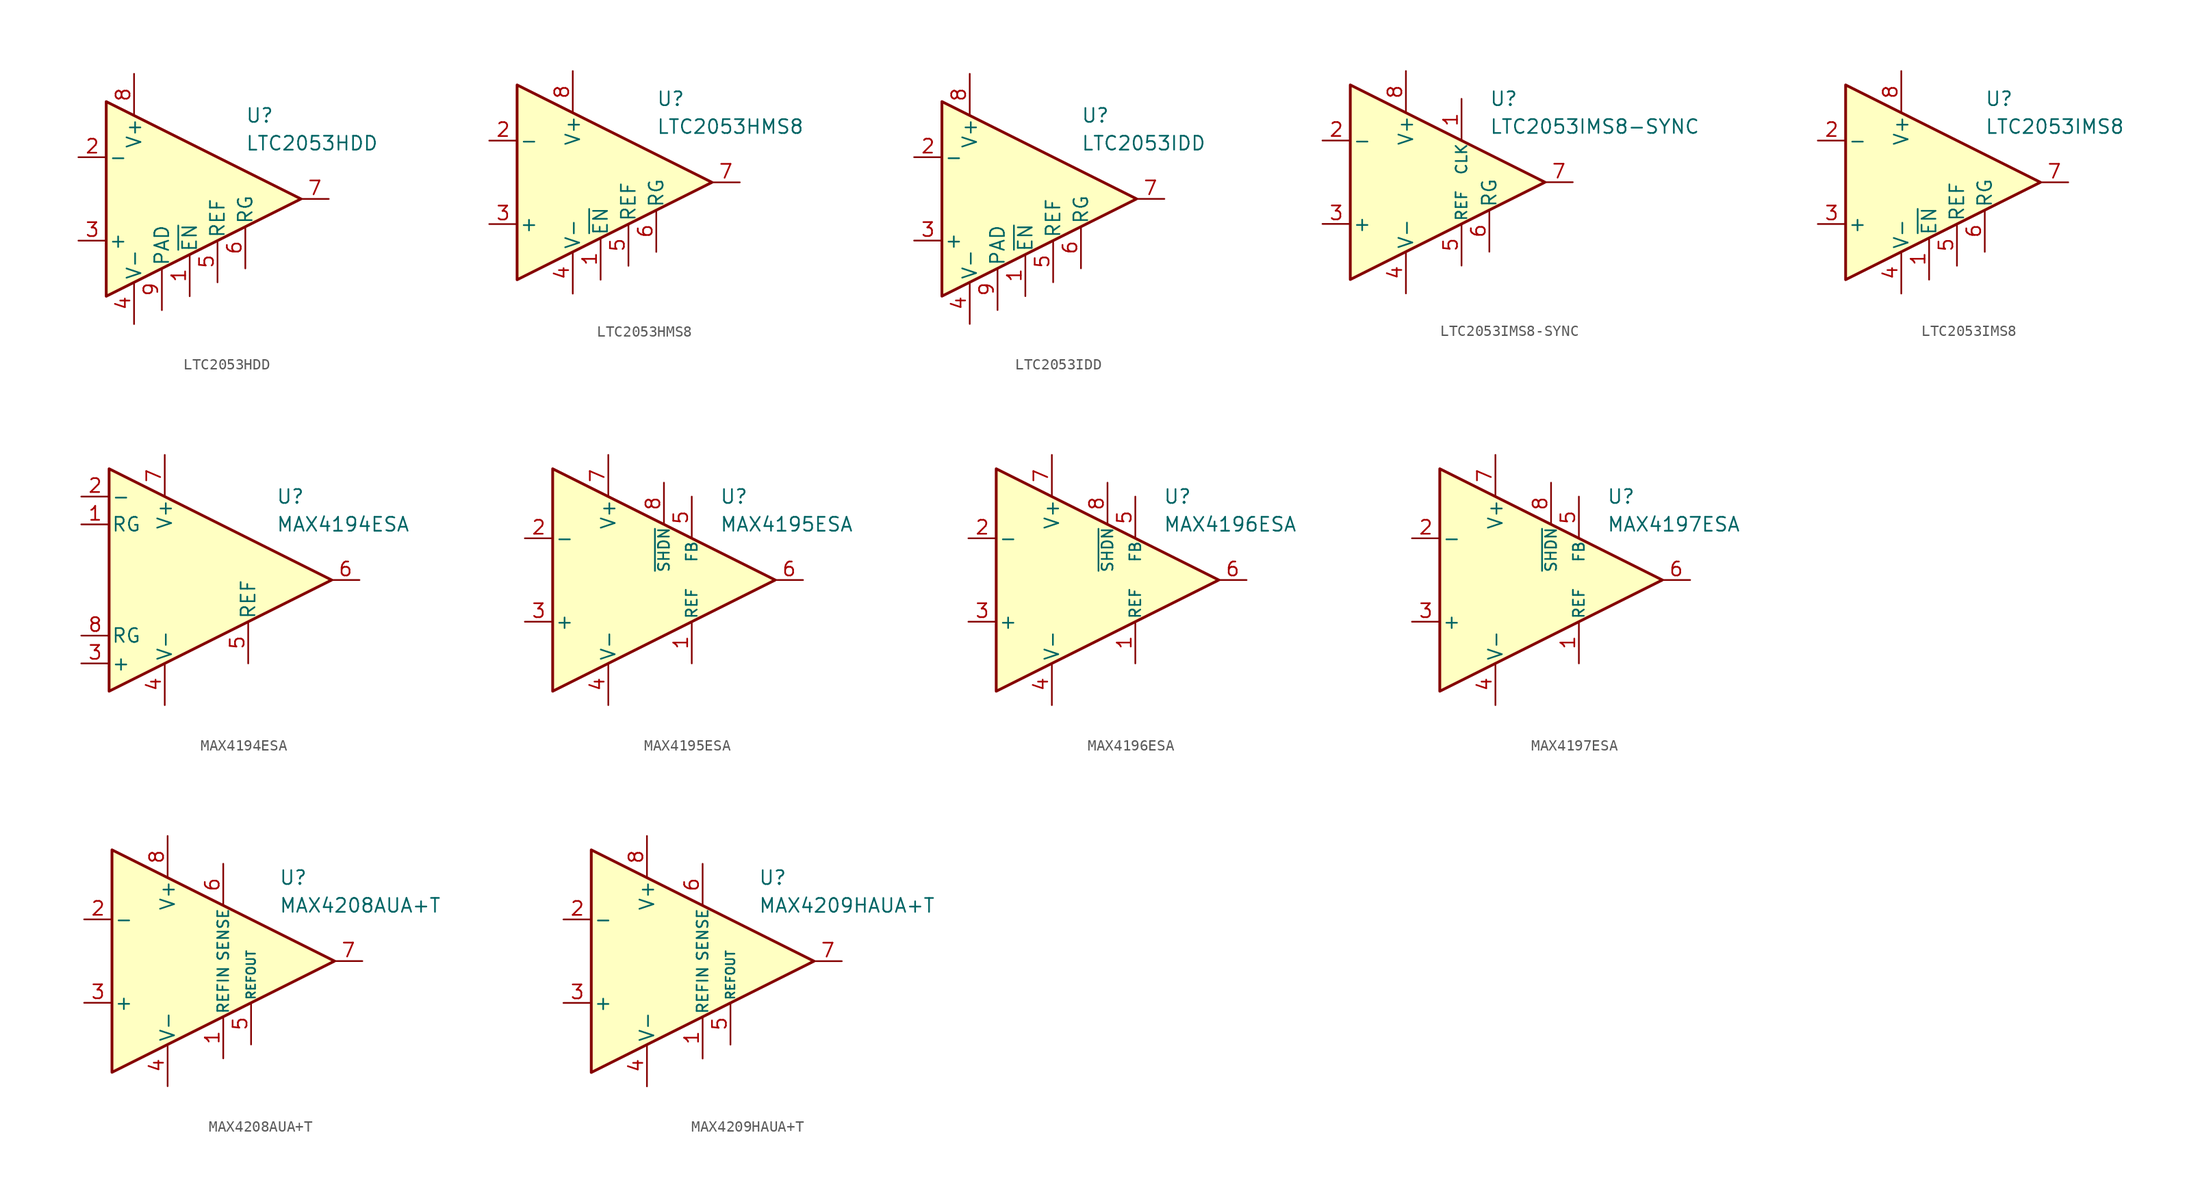
<source format=kicad_sym>
(kicad_symbol_lib
  (version 20211014)
  (generator kicad_symbol_editor)
  (symbol "LTC2053HDD"
    (pin_names
      (offset 0.2))
    (property "Reference" "U"
      (at 6.35 7.62 0)
      (effects (font (size 1.27 1.27)) (justify left)))
    (property "Value" "LTC2053HDD"
      (at 6.35 5.08 0)
      (effects (font (size 1.27 1.27)) (justify left)))
    (symbol "LTC2053HDD_0_1"
      (polyline (pts (xy -6.35 8.89) (xy -6.35 -8.89) (xy 11.43 0) (xy -6.35 8.89)) (stroke (width 0.254) (type default) (color 0 0 0 0)) (fill (type background))))
    (symbol "LTC2053HDD_1_1"
      (pin input line (at 1.27 -8.89 90) (length 3.81) (name "~{EN}" (effects (font (size 1.27 1.27)))) (number "1" (effects (font (size 1.27 1.27)))))
      (pin input line (at -8.89 3.81 0) (length 2.54) (name "-" (effects (font (size 1.27 1.27)))) (number "2" (effects (font (size 1.27 1.27)))))
      (pin input line (at -8.89 -3.81 0) (length 2.54) (name "+" (effects (font (size 1.27 1.27)))) (number "3" (effects (font (size 1.27 1.27)))))
      (pin power_in line (at -3.81 -11.43 90) (length 3.81) (name "V-" (effects (font (size 1.27 1.27)))) (number "4" (effects (font (size 1.27 1.27)))))
      (pin input line (at 3.81 -7.62 90) (length 3.81) (name "REF" (effects (font (size 1.27 1.27)))) (number "5" (effects (font (size 1.27 1.27)))))
      (pin passive line (at 6.35 -6.35 90) (length 3.81) (name "RG" (effects (font (size 1.27 1.27)))) (number "6" (effects (font (size 1.27 1.27)))))
      (pin output line (at 13.97 0 180) (length 2.54) (name "~" (effects (font (size 1.27 1.27)))) (number "7" (effects (font (size 1.27 1.27)))))
      (pin power_in line (at -3.81 11.43 270) (length 3.81) (name "V+" (effects (font (size 1.27 1.27)))) (number "8" (effects (font (size 1.27 1.27)))))
      (pin power_in line (at -1.27 -10.16 90) (length 3.81) (name "PAD" (effects (font (size 1.27 1.27)))) (number "9" (effects (font (size 1.27 1.27)))))))
  (symbol "LTC2053HMS8"
    (pin_names
      (offset 0.2))
    (property "Reference" "U"
      (at 6.35 7.62 0)
      (effects (font (size 1.27 1.27)) (justify left)))
    (property "Value" "LTC2053HMS8"
      (at 6.35 5.08 0)
      (effects (font (size 1.27 1.27)) (justify left)))
    (symbol "LTC2053HMS8_0_1"
      (polyline (pts (xy -6.35 8.89) (xy -6.35 -8.89) (xy 11.43 0) (xy -6.35 8.89)) (stroke (width 0.254) (type default) (color 0 0 0 0)) (fill (type background))))
    (symbol "LTC2053HMS8_1_1"
      (pin input line (at 1.27 -8.89 90) (length 3.81) (name "~{EN}" (effects (font (size 1.27 1.27)))) (number "1" (effects (font (size 1.27 1.27)))))
      (pin input line (at -8.89 3.81 0) (length 2.54) (name "-" (effects (font (size 1.27 1.27)))) (number "2" (effects (font (size 1.27 1.27)))))
      (pin input line (at -8.89 -3.81 0) (length 2.54) (name "+" (effects (font (size 1.27 1.27)))) (number "3" (effects (font (size 1.27 1.27)))))
      (pin power_in line (at -1.27 -10.16 90) (length 3.81) (name "V-" (effects (font (size 1.27 1.27)))) (number "4" (effects (font (size 1.27 1.27)))))
      (pin input line (at 3.81 -7.62 90) (length 3.81) (name "REF" (effects (font (size 1.27 1.27)))) (number "5" (effects (font (size 1.27 1.27)))))
      (pin passive line (at 6.35 -6.35 90) (length 3.81) (name "RG" (effects (font (size 1.27 1.27)))) (number "6" (effects (font (size 1.27 1.27)))))
      (pin output line (at 13.97 0 180) (length 2.54) (name "~" (effects (font (size 1.27 1.27)))) (number "7" (effects (font (size 1.27 1.27)))))
      (pin power_in line (at -1.27 10.16 270) (length 3.81) (name "V+" (effects (font (size 1.27 1.27)))) (number "8" (effects (font (size 1.27 1.27)))))))
  (symbol "LTC2053IDD"
    (pin_names
      (offset 0.2))
    (property "Reference" "U"
      (at 6.35 7.62 0)
      (effects (font (size 1.27 1.27)) (justify left)))
    (property "Value" "LTC2053IDD"
      (at 6.35 5.08 0)
      (effects (font (size 1.27 1.27)) (justify left)))
    (symbol "LTC2053IDD_0_1"
      (polyline (pts (xy -6.35 8.89) (xy -6.35 -8.89) (xy 11.43 0) (xy -6.35 8.89)) (stroke (width 0.254) (type default) (color 0 0 0 0)) (fill (type background))))
    (symbol "LTC2053IDD_1_1"
      (pin input line (at 1.27 -8.89 90) (length 3.81) (name "~{EN}" (effects (font (size 1.27 1.27)))) (number "1" (effects (font (size 1.27 1.27)))))
      (pin input line (at -8.89 3.81 0) (length 2.54) (name "-" (effects (font (size 1.27 1.27)))) (number "2" (effects (font (size 1.27 1.27)))))
      (pin input line (at -8.89 -3.81 0) (length 2.54) (name "+" (effects (font (size 1.27 1.27)))) (number "3" (effects (font (size 1.27 1.27)))))
      (pin power_in line (at -3.81 -11.43 90) (length 3.81) (name "V-" (effects (font (size 1.27 1.27)))) (number "4" (effects (font (size 1.27 1.27)))))
      (pin input line (at 3.81 -7.62 90) (length 3.81) (name "REF" (effects (font (size 1.27 1.27)))) (number "5" (effects (font (size 1.27 1.27)))))
      (pin passive line (at 6.35 -6.35 90) (length 3.81) (name "RG" (effects (font (size 1.27 1.27)))) (number "6" (effects (font (size 1.27 1.27)))))
      (pin output line (at 13.97 0 180) (length 2.54) (name "~" (effects (font (size 1.27 1.27)))) (number "7" (effects (font (size 1.27 1.27)))))
      (pin power_in line (at -3.81 11.43 270) (length 3.81) (name "V+" (effects (font (size 1.27 1.27)))) (number "8" (effects (font (size 1.27 1.27)))))
      (pin power_in line (at -1.27 -10.16 90) (length 3.81) (name "PAD" (effects (font (size 1.27 1.27)))) (number "9" (effects (font (size 1.27 1.27)))))))
  (symbol "LTC2053IMS8-SYNC"
    (pin_names
      (offset 0.2))
    (property "Reference" "U"
      (at 6.35 7.62 0)
      (effects (font (size 1.27 1.27)) (justify left)))
    (property "Value" "LTC2053IMS8-SYNC"
      (at 6.35 5.08 0)
      (effects (font (size 1.27 1.27)) (justify left)))
    (symbol "LTC2053IMS8-SYNC_0_1"
      (polyline (pts (xy -6.35 8.89) (xy -6.35 -8.89) (xy 11.43 0) (xy -6.35 8.89)) (stroke (width 0.254) (type default) (color 0 0 0 0)) (fill (type background))))
    (symbol "LTC2053IMS8-SYNC_1_1"
      (pin input line (at 3.81 7.62 270) (length 3.81) (name "CLK" (effects (font (size 1 1)))) (number "1" (effects (font (size 1.27 1.27)))))
      (pin input line (at -8.89 3.81 0) (length 2.54) (name "-" (effects (font (size 1.27 1.27)))) (number "2" (effects (font (size 1.27 1.27)))))
      (pin input line (at -8.89 -3.81 0) (length 2.54) (name "+" (effects (font (size 1.27 1.27)))) (number "3" (effects (font (size 1.27 1.27)))))
      (pin power_in line (at -1.27 -10.16 90) (length 3.81) (name "V-" (effects (font (size 1.27 1.27)))) (number "4" (effects (font (size 1.27 1.27)))))
      (pin input line (at 3.81 -7.62 90) (length 3.81) (name "REF" (effects (font (size 1 1)))) (number "5" (effects (font (size 1.27 1.27)))))
      (pin passive line (at 6.35 -6.35 90) (length 3.81) (name "RG" (effects (font (size 1.27 1.27)))) (number "6" (effects (font (size 1.27 1.27)))))
      (pin output line (at 13.97 0 180) (length 2.54) (name "~" (effects (font (size 1.27 1.27)))) (number "7" (effects (font (size 1.27 1.27)))))
      (pin power_in line (at -1.27 10.16 270) (length 3.81) (name "V+" (effects (font (size 1.27 1.27)))) (number "8" (effects (font (size 1.27 1.27)))))))
  (symbol "LTC2053IMS8"
    (pin_names
      (offset 0.2))
    (property "Reference" "U"
      (at 6.35 7.62 0)
      (effects (font (size 1.27 1.27)) (justify left)))
    (property "Value" "LTC2053IMS8"
      (at 6.35 5.08 0)
      (effects (font (size 1.27 1.27)) (justify left)))
    (symbol "LTC2053IMS8_0_1"
      (polyline (pts (xy -6.35 8.89) (xy -6.35 -8.89) (xy 11.43 0) (xy -6.35 8.89)) (stroke (width 0.254) (type default) (color 0 0 0 0)) (fill (type background))))
    (symbol "LTC2053IMS8_1_1"
      (pin input line (at 1.27 -8.89 90) (length 3.81) (name "~{EN}" (effects (font (size 1.27 1.27)))) (number "1" (effects (font (size 1.27 1.27)))))
      (pin input line (at -8.89 3.81 0) (length 2.54) (name "-" (effects (font (size 1.27 1.27)))) (number "2" (effects (font (size 1.27 1.27)))))
      (pin input line (at -8.89 -3.81 0) (length 2.54) (name "+" (effects (font (size 1.27 1.27)))) (number "3" (effects (font (size 1.27 1.27)))))
      (pin power_in line (at -1.27 -10.16 90) (length 3.81) (name "V-" (effects (font (size 1.27 1.27)))) (number "4" (effects (font (size 1.27 1.27)))))
      (pin input line (at 3.81 -7.62 90) (length 3.81) (name "REF" (effects (font (size 1.27 1.27)))) (number "5" (effects (font (size 1.27 1.27)))))
      (pin passive line (at 6.35 -6.35 90) (length 3.81) (name "RG" (effects (font (size 1.27 1.27)))) (number "6" (effects (font (size 1.27 1.27)))))
      (pin output line (at 13.97 0 180) (length 2.54) (name "~" (effects (font (size 1.27 1.27)))) (number "7" (effects (font (size 1.27 1.27)))))
      (pin power_in line (at -1.27 10.16 270) (length 3.81) (name "V+" (effects (font (size 1.27 1.27)))) (number "8" (effects (font (size 1.27 1.27)))))))
  (symbol "MAX4194ESA"
    (pin_names
      (offset 0.2))
    (property "Reference" "U"
      (at 6.35 7.62 0)
      (effects (font (size 1.27 1.27)) (justify left)))
    (property "Value" "MAX4194ESA"
      (at 6.35 5.08 0)
      (effects (font (size 1.27 1.27)) (justify left)))
    (symbol "MAX4194ESA_0_1"
      (polyline (pts (xy -8.89 10.16) (xy -8.89 -10.16) (xy 11.43 0) (xy -8.89 10.16)) (stroke (width 0.254) (type default) (color 0 0 0 0)) (fill (type background))))
    (symbol "MAX4194ESA_1_1"
      (pin passive line (at -11.43 5.08 0) (length 2.54) (name "RG" (effects (font (size 1.27 1.27)))) (number "1" (effects (font (size 1.27 1.27)))))
      (pin input line (at -11.43 7.62 0) (length 2.54) (name "-" (effects (font (size 1.27 1.27)))) (number "2" (effects (font (size 1.27 1.27)))))
      (pin input line (at -11.43 -7.62 0) (length 2.54) (name "+" (effects (font (size 1.27 1.27)))) (number "3" (effects (font (size 1.27 1.27)))))
      (pin power_in line (at -3.81 -11.43 90) (length 3.81) (name "V-" (effects (font (size 1.27 1.27)))) (number "4" (effects (font (size 1.27 1.27)))))
      (pin input line (at 3.81 -7.62 90) (length 3.81) (name "REF" (effects (font (size 1.27 1.27)))) (number "5" (effects (font (size 1.27 1.27)))))
      (pin output line (at 13.97 0 180) (length 2.54) (name "~" (effects (font (size 1.27 1.27)))) (number "6" (effects (font (size 1.27 1.27)))))
      (pin power_in line (at -3.81 11.43 270) (length 3.81) (name "V+" (effects (font (size 1.27 1.27)))) (number "7" (effects (font (size 1.27 1.27)))))
      (pin passive line (at -11.43 -5.08 0) (length 2.54) (name "RG" (effects (font (size 1.27 1.27)))) (number "8" (effects (font (size 1.27 1.27)))))))
  (symbol "MAX4195ESA"
    (pin_names
      (offset 0.2))
    (property "Reference" "U"
      (at 6.35 7.62 0)
      (effects (font (size 1.27 1.27)) (justify left)))
    (property "Value" "MAX4195ESA"
      (at 6.35 5.08 0)
      (effects (font (size 1.27 1.27)) (justify left)))
    (symbol "MAX4195ESA_0_1"
      (polyline (pts (xy -8.89 10.16) (xy -8.89 -10.16) (xy 11.43 0) (xy -8.89 10.16)) (stroke (width 0.254) (type default) (color 0 0 0 0)) (fill (type background))))
    (symbol "MAX4195ESA_1_1"
      (pin input line (at 3.81 -7.62 90) (length 3.81) (name "REF" (effects (font (size 1 1)))) (number "1" (effects (font (size 1.27 1.27)))))
      (pin input line (at -11.43 3.81 0) (length 2.54) (name "-" (effects (font (size 1.27 1.27)))) (number "2" (effects (font (size 1.27 1.27)))))
      (pin input line (at -11.43 -3.81 0) (length 2.54) (name "+" (effects (font (size 1.27 1.27)))) (number "3" (effects (font (size 1.27 1.27)))))
      (pin power_in line (at -3.81 -11.43 90) (length 3.81) (name "V-" (effects (font (size 1.27 1.27)))) (number "4" (effects (font (size 1.27 1.27)))))
      (pin input line (at 3.81 7.62 270) (length 3.81) (name "FB" (effects (font (size 1 1)))) (number "5" (effects (font (size 1.27 1.27)))))
      (pin output line (at 13.97 0 180) (length 2.54) (name "~" (effects (font (size 1.27 1.27)))) (number "6" (effects (font (size 1.27 1.27)))))
      (pin power_in line (at -3.81 11.43 270) (length 3.81) (name "V+" (effects (font (size 1.27 1.27)))) (number "7" (effects (font (size 1.27 1.27)))))
      (pin input line (at 1.27 8.89 270) (length 3.81) (name "~{SHDN}" (effects (font (size 1 1)))) (number "8" (effects (font (size 1.27 1.27)))))))
  (symbol "MAX4196ESA"
    (pin_names
      (offset 0.2))
    (property "Reference" "U"
      (at 6.35 7.62 0)
      (effects (font (size 1.27 1.27)) (justify left)))
    (property "Value" "MAX4196ESA"
      (at 6.35 5.08 0)
      (effects (font (size 1.27 1.27)) (justify left)))
    (symbol "MAX4196ESA_0_1"
      (polyline (pts (xy -8.89 10.16) (xy -8.89 -10.16) (xy 11.43 0) (xy -8.89 10.16)) (stroke (width 0.254) (type default) (color 0 0 0 0)) (fill (type background))))
    (symbol "MAX4196ESA_1_1"
      (pin input line (at 3.81 -7.62 90) (length 3.81) (name "REF" (effects (font (size 1 1)))) (number "1" (effects (font (size 1.27 1.27)))))
      (pin input line (at -11.43 3.81 0) (length 2.54) (name "-" (effects (font (size 1.27 1.27)))) (number "2" (effects (font (size 1.27 1.27)))))
      (pin input line (at -11.43 -3.81 0) (length 2.54) (name "+" (effects (font (size 1.27 1.27)))) (number "3" (effects (font (size 1.27 1.27)))))
      (pin power_in line (at -3.81 -11.43 90) (length 3.81) (name "V-" (effects (font (size 1.27 1.27)))) (number "4" (effects (font (size 1.27 1.27)))))
      (pin input line (at 3.81 7.62 270) (length 3.81) (name "FB" (effects (font (size 1 1)))) (number "5" (effects (font (size 1.27 1.27)))))
      (pin output line (at 13.97 0 180) (length 2.54) (name "~" (effects (font (size 1.27 1.27)))) (number "6" (effects (font (size 1.27 1.27)))))
      (pin power_in line (at -3.81 11.43 270) (length 3.81) (name "V+" (effects (font (size 1.27 1.27)))) (number "7" (effects (font (size 1.27 1.27)))))
      (pin input line (at 1.27 8.89 270) (length 3.81) (name "~{SHDN}" (effects (font (size 1 1)))) (number "8" (effects (font (size 1.27 1.27)))))))
  (symbol "MAX4197ESA"
    (pin_names
      (offset 0.2))
    (property "Reference" "U"
      (at 6.35 7.62 0)
      (effects (font (size 1.27 1.27)) (justify left)))
    (property "Value" "MAX4197ESA"
      (at 6.35 5.08 0)
      (effects (font (size 1.27 1.27)) (justify left)))
    (symbol "MAX4197ESA_0_1"
      (polyline (pts (xy -8.89 10.16) (xy -8.89 -10.16) (xy 11.43 0) (xy -8.89 10.16)) (stroke (width 0.254) (type default) (color 0 0 0 0)) (fill (type background))))
    (symbol "MAX4197ESA_1_1"
      (pin input line (at 3.81 -7.62 90) (length 3.81) (name "REF" (effects (font (size 1 1)))) (number "1" (effects (font (size 1.27 1.27)))))
      (pin input line (at -11.43 3.81 0) (length 2.54) (name "-" (effects (font (size 1.27 1.27)))) (number "2" (effects (font (size 1.27 1.27)))))
      (pin input line (at -11.43 -3.81 0) (length 2.54) (name "+" (effects (font (size 1.27 1.27)))) (number "3" (effects (font (size 1.27 1.27)))))
      (pin power_in line (at -3.81 -11.43 90) (length 3.81) (name "V-" (effects (font (size 1.27 1.27)))) (number "4" (effects (font (size 1.27 1.27)))))
      (pin input line (at 3.81 7.62 270) (length 3.81) (name "FB" (effects (font (size 1 1)))) (number "5" (effects (font (size 1.27 1.27)))))
      (pin output line (at 13.97 0 180) (length 2.54) (name "~" (effects (font (size 1.27 1.27)))) (number "6" (effects (font (size 1.27 1.27)))))
      (pin power_in line (at -3.81 11.43 270) (length 3.81) (name "V+" (effects (font (size 1.27 1.27)))) (number "7" (effects (font (size 1.27 1.27)))))
      (pin input line (at 1.27 8.89 270) (length 3.81) (name "~{SHDN}" (effects (font (size 1 1)))) (number "8" (effects (font (size 1.27 1.27)))))))
  (symbol "MAX4208AUA+T"
    (pin_names
      (offset 0.2))
    (property "Reference" "U"
      (at 6.35 7.62 0)
      (effects (font (size 1.27 1.27)) (justify left)))
    (property "Value" "MAX4208AUA+T"
      (at 6.35 5.08 0)
      (effects (font (size 1.27 1.27)) (justify left)))
    (symbol "MAX4208AUA+T_0_1"
      (polyline (pts (xy -8.89 10.16) (xy -8.89 -10.16) (xy 11.43 0) (xy -8.89 10.16)) (stroke (width 0.254) (type default) (color 0 0 0 0)) (fill (type background))))
    (symbol "MAX4208AUA+T_1_1"
      (pin input line (at 1.27 -8.89 90) (length 3.81) (name "REFIN" (effects (font (size 1 1)))) (number "1" (effects (font (size 1.27 1.27)))))
      (pin input line (at -11.43 3.81 0) (length 2.54) (name "-" (effects (font (size 1.27 1.27)))) (number "2" (effects (font (size 1.27 1.27)))))
      (pin input line (at -11.43 -3.81 0) (length 2.54) (name "+" (effects (font (size 1.27 1.27)))) (number "3" (effects (font (size 1.27 1.27)))))
      (pin power_in line (at -3.81 -11.43 90) (length 3.81) (name "V-" (effects (font (size 1.27 1.27)))) (number "4" (effects (font (size 1.27 1.27)))))
      (pin output line (at 3.81 -7.62 90) (length 3.81) (name "REFOUT" (effects (font (size 0.8 0.8)))) (number "5" (effects (font (size 1.27 1.27)))))
      (pin input line (at 1.27 8.89 270) (length 3.81) (name "SENSE" (effects (font (size 1 1)))) (number "6" (effects (font (size 1.27 1.27)))))
      (pin output line (at 13.97 0 180) (length 2.54) (name "~" (effects (font (size 1.27 1.27)))) (number "7" (effects (font (size 1.27 1.27)))))
      (pin power_in line (at -3.81 11.43 270) (length 3.81) (name "V+" (effects (font (size 1.27 1.27)))) (number "8" (effects (font (size 1.27 1.27)))))))
  (symbol "MAX4209HAUA+T"
    (pin_names
      (offset 0.2))
    (property "Reference" "U"
      (at 6.35 7.62 0)
      (effects (font (size 1.27 1.27)) (justify left)))
    (property "Value" "MAX4209HAUA+T"
      (at 6.35 5.08 0)
      (effects (font (size 1.27 1.27)) (justify left)))
    (symbol "MAX4209HAUA+T_0_1"
      (polyline (pts (xy -8.89 10.16) (xy -8.89 -10.16) (xy 11.43 0) (xy -8.89 10.16)) (stroke (width 0.254) (type default) (color 0 0 0 0)) (fill (type background))))
    (symbol "MAX4209HAUA+T_1_1"
      (pin input line (at 1.27 -8.89 90) (length 3.81) (name "REFIN" (effects (font (size 1 1)))) (number "1" (effects (font (size 1.27 1.27)))))
      (pin input line (at -11.43 3.81 0) (length 2.54) (name "-" (effects (font (size 1.27 1.27)))) (number "2" (effects (font (size 1.27 1.27)))))
      (pin input line (at -11.43 -3.81 0) (length 2.54) (name "+" (effects (font (size 1.27 1.27)))) (number "3" (effects (font (size 1.27 1.27)))))
      (pin power_in line (at -3.81 -11.43 90) (length 3.81) (name "V-" (effects (font (size 1.27 1.27)))) (number "4" (effects (font (size 1.27 1.27)))))
      (pin output line (at 3.81 -7.62 90) (length 3.81) (name "REFOUT" (effects (font (size 0.8 0.8)))) (number "5" (effects (font (size 1.27 1.27)))))
      (pin input line (at 1.27 8.89 270) (length 3.81) (name "SENSE" (effects (font (size 1 1)))) (number "6" (effects (font (size 1.27 1.27)))))
      (pin output line (at 13.97 0 180) (length 2.54) (name "~" (effects (font (size 1.27 1.27)))) (number "7" (effects (font (size 1.27 1.27)))))
      (pin power_in line (at -3.81 11.43 270) (length 3.81) (name "V+" (effects (font (size 1.27 1.27)))) (number "8" (effects (font (size 1.27 1.27))))))))
</source>
